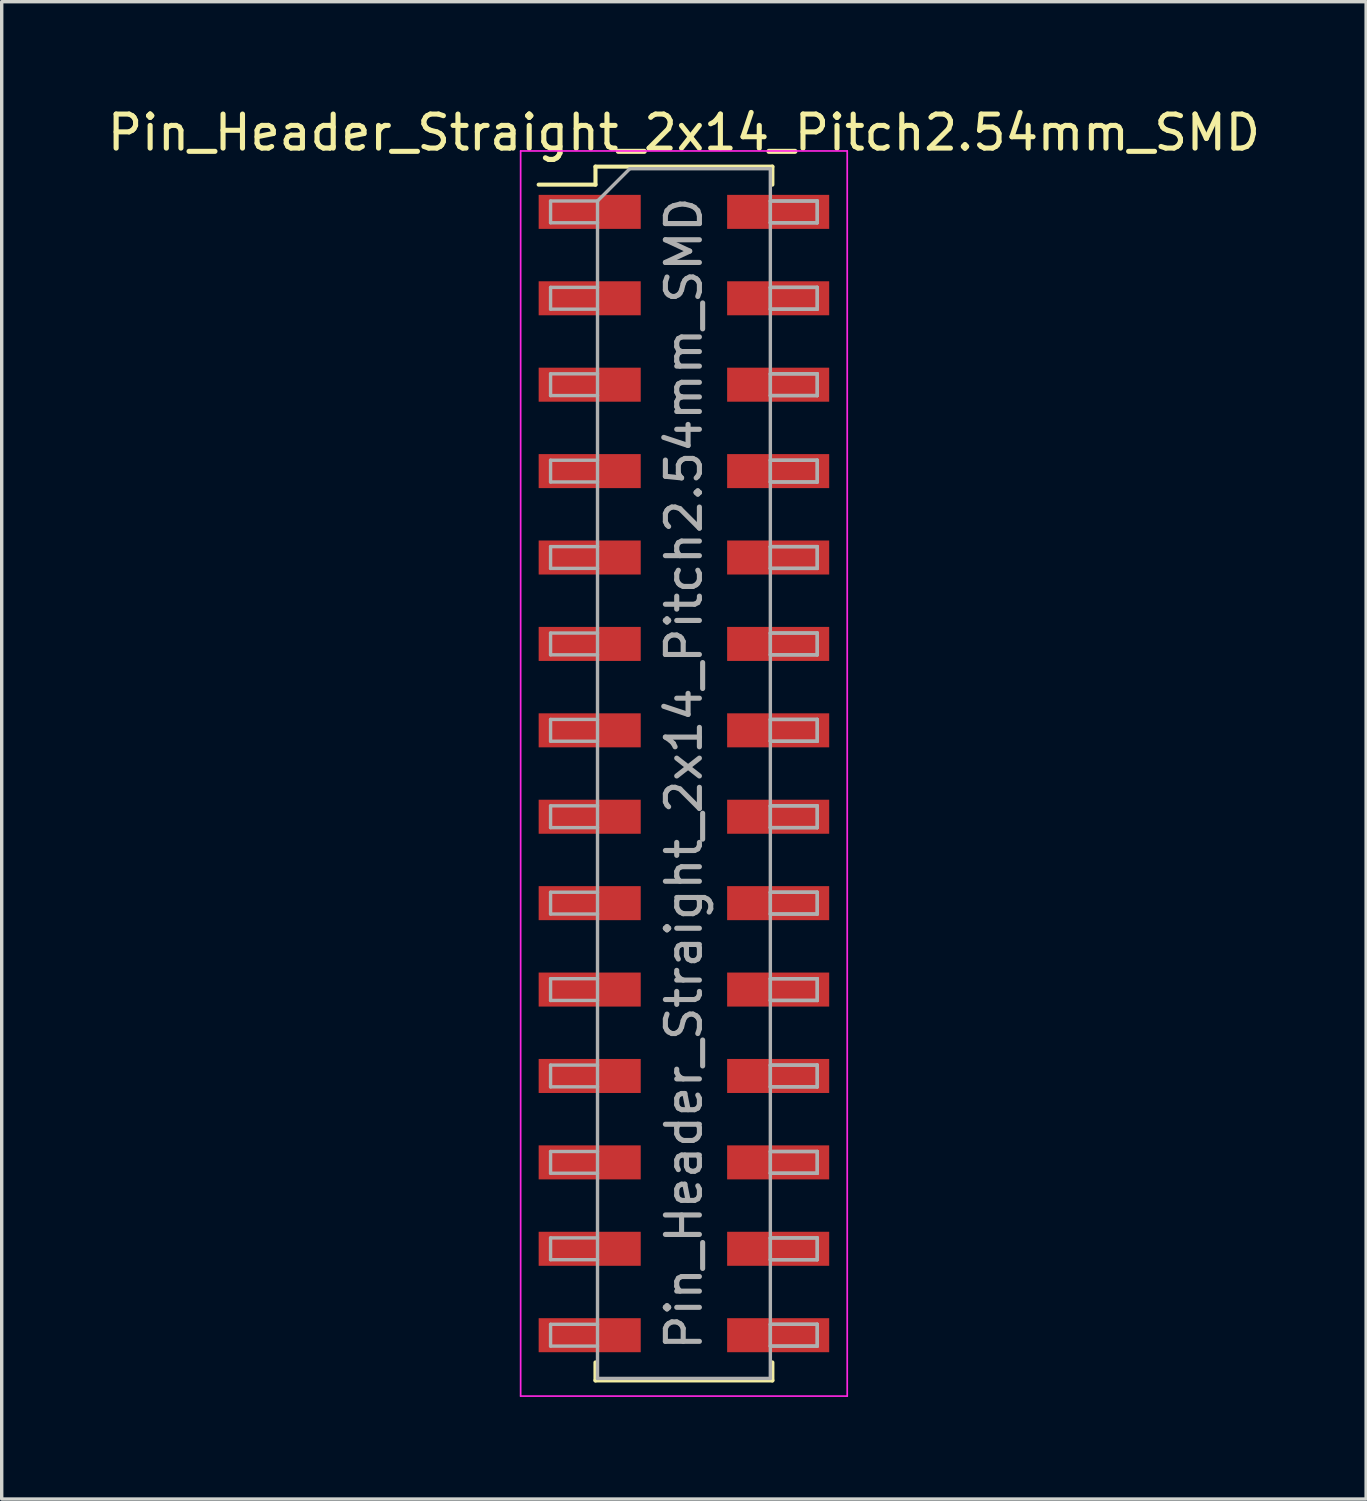
<source format=kicad_pcb>
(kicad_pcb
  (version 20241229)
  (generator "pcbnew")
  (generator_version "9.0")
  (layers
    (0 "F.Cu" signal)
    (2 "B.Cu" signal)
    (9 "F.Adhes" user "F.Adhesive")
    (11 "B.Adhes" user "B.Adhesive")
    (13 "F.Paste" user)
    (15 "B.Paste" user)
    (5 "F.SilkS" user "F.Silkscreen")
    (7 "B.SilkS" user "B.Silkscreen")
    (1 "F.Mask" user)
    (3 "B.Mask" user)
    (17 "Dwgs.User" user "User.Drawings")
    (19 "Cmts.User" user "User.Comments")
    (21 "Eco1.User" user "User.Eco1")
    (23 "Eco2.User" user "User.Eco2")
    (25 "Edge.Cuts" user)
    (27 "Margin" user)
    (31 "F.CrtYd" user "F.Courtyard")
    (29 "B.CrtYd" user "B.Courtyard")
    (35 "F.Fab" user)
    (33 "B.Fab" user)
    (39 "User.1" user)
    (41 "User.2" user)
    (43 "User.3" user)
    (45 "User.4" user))
  (footprint "Pin_Header_Straight_2x14_Pitch2.54mm_SMD"
    (layer "F.Cu")
    (at 17.054 19.688)
    (property "Reference" "Pin_Header_Straight_2x14_Pitch2.54mm_SMD" (at 0 -18.84 0) (layer "F.SilkS") (effects (font (size 1 1) (thickness 0.15))))
    (attr smd)
    (fp_line (start -4.27 -17.31) (end -2.6 -17.31) (stroke (width 0.12) (type solid)) (layer "F.SilkS"))
    (fp_line (start -2.6 -17.84) (end 2.6 -17.84) (stroke (width 0.12) (type solid)) (layer "F.SilkS"))
    (fp_line (start -2.6 -17.31) (end -2.6 -17.84) (stroke (width 0.12) (type solid)) (layer "F.SilkS"))
    (fp_line (start -2.6 17.31) (end -2.6 17.84) (stroke (width 0.12) (type solid)) (layer "F.SilkS"))
    (fp_line (start -2.6 17.84) (end 2.6 17.84) (stroke (width 0.12) (type solid)) (layer "F.SilkS"))
    (fp_line (start 2.6 -17.84) (end 2.6 -17.31) (stroke (width 0.12) (type solid)) (layer "F.SilkS"))
    (fp_line (start 2.6 17.84) (end 2.6 17.31) (stroke (width 0.12) (type solid)) (layer "F.SilkS"))
    (fp_line (start -4.8 -18.3) (end -4.8 18.3) (stroke (width 0.05) (type solid)) (layer "F.CrtYd"))
    (fp_line (start -4.8 18.3) (end 4.8 18.3) (stroke (width 0.05) (type solid)) (layer "F.CrtYd"))
    (fp_line (start 4.8 -18.3) (end -4.8 -18.3) (stroke (width 0.05) (type solid)) (layer "F.CrtYd"))
    (fp_line (start 4.8 18.3) (end 4.8 -18.3) (stroke (width 0.05) (type solid)) (layer "F.CrtYd"))
    (fp_line (start -3.92 -16.83) (end -3.92 -16.19) (stroke (width 0.1) (type solid)) (layer "F.Fab"))
    (fp_line (start -3.92 -16.19) (end -2.54 -16.19) (stroke (width 0.1) (type solid)) (layer "F.Fab"))
    (fp_line (start -3.92 -14.29) (end -3.92 -13.65) (stroke (width 0.1) (type solid)) (layer "F.Fab"))
    (fp_line (start -3.92 -13.65) (end -2.54 -13.65) (stroke (width 0.1) (type solid)) (layer "F.Fab"))
    (fp_line (start -3.92 -11.75) (end -3.92 -11.11) (stroke (width 0.1) (type solid)) (layer "F.Fab"))
    (fp_line (start -3.92 -11.11) (end -2.54 -11.11) (stroke (width 0.1) (type solid)) (layer "F.Fab"))
    (fp_line (start -3.92 -9.21) (end -3.92 -8.57) (stroke (width 0.1) (type solid)) (layer "F.Fab"))
    (fp_line (start -3.92 -8.57) (end -2.54 -8.57) (stroke (width 0.1) (type solid)) (layer "F.Fab"))
    (fp_line (start -3.92 -6.67) (end -3.92 -6.03) (stroke (width 0.1) (type solid)) (layer "F.Fab"))
    (fp_line (start -3.92 -6.03) (end -2.54 -6.03) (stroke (width 0.1) (type solid)) (layer "F.Fab"))
    (fp_line (start -3.92 -4.13) (end -3.92 -3.49) (stroke (width 0.1) (type solid)) (layer "F.Fab"))
    (fp_line (start -3.92 -3.49) (end -2.54 -3.49) (stroke (width 0.1) (type solid)) (layer "F.Fab"))
    (fp_line (start -3.92 -1.59) (end -3.92 -0.95) (stroke (width 0.1) (type solid)) (layer "F.Fab"))
    (fp_line (start -3.92 -0.95) (end -2.54 -0.95) (stroke (width 0.1) (type solid)) (layer "F.Fab"))
    (fp_line (start -3.92 0.95) (end -3.92 1.59) (stroke (width 0.1) (type solid)) (layer "F.Fab"))
    (fp_line (start -3.92 1.59) (end -2.54 1.59) (stroke (width 0.1) (type solid)) (layer "F.Fab"))
    (fp_line (start -3.92 3.49) (end -3.92 4.13) (stroke (width 0.1) (type solid)) (layer "F.Fab"))
    (fp_line (start -3.92 4.13) (end -2.54 4.13) (stroke (width 0.1) (type solid)) (layer "F.Fab"))
    (fp_line (start -3.92 6.03) (end -3.92 6.67) (stroke (width 0.1) (type solid)) (layer "F.Fab"))
    (fp_line (start -3.92 6.67) (end -2.54 6.67) (stroke (width 0.1) (type solid)) (layer "F.Fab"))
    (fp_line (start -3.92 8.57) (end -3.92 9.21) (stroke (width 0.1) (type solid)) (layer "F.Fab"))
    (fp_line (start -3.92 9.21) (end -2.54 9.21) (stroke (width 0.1) (type solid)) (layer "F.Fab"))
    (fp_line (start -3.92 11.11) (end -3.92 11.75) (stroke (width 0.1) (type solid)) (layer "F.Fab"))
    (fp_line (start -3.92 11.75) (end -2.54 11.75) (stroke (width 0.1) (type solid)) (layer "F.Fab"))
    (fp_line (start -3.92 13.65) (end -3.92 14.29) (stroke (width 0.1) (type solid)) (layer "F.Fab"))
    (fp_line (start -3.92 14.29) (end -2.54 14.29) (stroke (width 0.1) (type solid)) (layer "F.Fab"))
    (fp_line (start -3.92 16.19) (end -3.92 16.83) (stroke (width 0.1) (type solid)) (layer "F.Fab"))
    (fp_line (start -3.92 16.83) (end -2.54 16.83) (stroke (width 0.1) (type solid)) (layer "F.Fab"))
    (fp_line (start -2.54 -16.83) (end -3.92 -16.83) (stroke (width 0.1) (type solid)) (layer "F.Fab"))
    (fp_line (start -2.54 -16.83) (end -1.59 -17.78) (stroke (width 0.1) (type solid)) (layer "F.Fab"))
    (fp_line (start -2.54 -14.29) (end -3.92 -14.29) (stroke (width 0.1) (type solid)) (layer "F.Fab"))
    (fp_line (start -2.54 -11.75) (end -3.92 -11.75) (stroke (width 0.1) (type solid)) (layer "F.Fab"))
    (fp_line (start -2.54 -9.21) (end -3.92 -9.21) (stroke (width 0.1) (type solid)) (layer "F.Fab"))
    (fp_line (start -2.54 -6.67) (end -3.92 -6.67) (stroke (width 0.1) (type solid)) (layer "F.Fab"))
    (fp_line (start -2.54 -4.13) (end -3.92 -4.13) (stroke (width 0.1) (type solid)) (layer "F.Fab"))
    (fp_line (start -2.54 -1.59) (end -3.92 -1.59) (stroke (width 0.1) (type solid)) (layer "F.Fab"))
    (fp_line (start -2.54 0.95) (end -3.92 0.95) (stroke (width 0.1) (type solid)) (layer "F.Fab"))
    (fp_line (start -2.54 3.49) (end -3.92 3.49) (stroke (width 0.1) (type solid)) (layer "F.Fab"))
    (fp_line (start -2.54 6.03) (end -3.92 6.03) (stroke (width 0.1) (type solid)) (layer "F.Fab"))
    (fp_line (start -2.54 8.57) (end -3.92 8.57) (stroke (width 0.1) (type solid)) (layer "F.Fab"))
    (fp_line (start -2.54 11.11) (end -3.92 11.11) (stroke (width 0.1) (type solid)) (layer "F.Fab"))
    (fp_line (start -2.54 13.65) (end -3.92 13.65) (stroke (width 0.1) (type solid)) (layer "F.Fab"))
    (fp_line (start -2.54 16.19) (end -3.92 16.19) (stroke (width 0.1) (type solid)) (layer "F.Fab"))
    (fp_line (start -2.54 17.78) (end -2.54 -16.83) (stroke (width 0.1) (type solid)) (layer "F.Fab"))
    (fp_line (start -1.59 -17.78) (end 2.54 -17.78) (stroke (width 0.1) (type solid)) (layer "F.Fab"))
    (fp_line (start 2.54 -17.78) (end 2.54 17.78) (stroke (width 0.1) (type solid)) (layer "F.Fab"))
    (fp_line (start 2.54 -16.83) (end 2.54 -16.19) (stroke (width 0.1) (type solid)) (layer "F.Fab"))
    (fp_line (start 2.54 -16.83) (end 3.92 -16.83) (stroke (width 0.1) (type solid)) (layer "F.Fab"))
    (fp_line (start 2.54 -16.19) (end 3.92 -16.19) (stroke (width 0.1) (type solid)) (layer "F.Fab"))
    (fp_line (start 2.54 -14.29) (end 2.54 -13.65) (stroke (width 0.1) (type solid)) (layer "F.Fab"))
    (fp_line (start 2.54 -14.29) (end 3.92 -14.29) (stroke (width 0.1) (type solid)) (layer "F.Fab"))
    (fp_line (start 2.54 -13.65) (end 3.92 -13.65) (stroke (width 0.1) (type solid)) (layer "F.Fab"))
    (fp_line (start 2.54 -11.75) (end 2.54 -11.11) (stroke (width 0.1) (type solid)) (layer "F.Fab"))
    (fp_line (start 2.54 -11.75) (end 3.92 -11.75) (stroke (width 0.1) (type solid)) (layer "F.Fab"))
    (fp_line (start 2.54 -11.11) (end 3.92 -11.11) (stroke (width 0.1) (type solid)) (layer "F.Fab"))
    (fp_line (start 2.54 -9.21) (end 2.54 -8.57) (stroke (width 0.1) (type solid)) (layer "F.Fab"))
    (fp_line (start 2.54 -9.21) (end 3.92 -9.21) (stroke (width 0.1) (type solid)) (layer "F.Fab"))
    (fp_line (start 2.54 -8.57) (end 3.92 -8.57) (stroke (width 0.1) (type solid)) (layer "F.Fab"))
    (fp_line (start 2.54 -6.67) (end 2.54 -6.03) (stroke (width 0.1) (type solid)) (layer "F.Fab"))
    (fp_line (start 2.54 -6.67) (end 3.92 -6.67) (stroke (width 0.1) (type solid)) (layer "F.Fab"))
    (fp_line (start 2.54 -6.03) (end 3.92 -6.03) (stroke (width 0.1) (type solid)) (layer "F.Fab"))
    (fp_line (start 2.54 -4.13) (end 2.54 -3.49) (stroke (width 0.1) (type solid)) (layer "F.Fab"))
    (fp_line (start 2.54 -4.13) (end 3.92 -4.13) (stroke (width 0.1) (type solid)) (layer "F.Fab"))
    (fp_line (start 2.54 -3.49) (end 3.92 -3.49) (stroke (width 0.1) (type solid)) (layer "F.Fab"))
    (fp_line (start 2.54 -1.59) (end 2.54 -0.95) (stroke (width 0.1) (type solid)) (layer "F.Fab"))
    (fp_line (start 2.54 -1.59) (end 3.92 -1.59) (stroke (width 0.1) (type solid)) (layer "F.Fab"))
    (fp_line (start 2.54 -0.95) (end 3.92 -0.95) (stroke (width 0.1) (type solid)) (layer "F.Fab"))
    (fp_line (start 2.54 0.95) (end 2.54 1.59) (stroke (width 0.1) (type solid)) (layer "F.Fab"))
    (fp_line (start 2.54 0.95) (end 3.92 0.95) (stroke (width 0.1) (type solid)) (layer "F.Fab"))
    (fp_line (start 2.54 1.59) (end 3.92 1.59) (stroke (width 0.1) (type solid)) (layer "F.Fab"))
    (fp_line (start 2.54 3.49) (end 2.54 4.13) (stroke (width 0.1) (type solid)) (layer "F.Fab"))
    (fp_line (start 2.54 3.49) (end 3.92 3.49) (stroke (width 0.1) (type solid)) (layer "F.Fab"))
    (fp_line (start 2.54 4.13) (end 3.92 4.13) (stroke (width 0.1) (type solid)) (layer "F.Fab"))
    (fp_line (start 2.54 6.03) (end 2.54 6.67) (stroke (width 0.1) (type solid)) (layer "F.Fab"))
    (fp_line (start 2.54 6.03) (end 3.92 6.03) (stroke (width 0.1) (type solid)) (layer "F.Fab"))
    (fp_line (start 2.54 6.67) (end 3.92 6.67) (stroke (width 0.1) (type solid)) (layer "F.Fab"))
    (fp_line (start 2.54 8.57) (end 2.54 9.21) (stroke (width 0.1) (type solid)) (layer "F.Fab"))
    (fp_line (start 2.54 8.57) (end 3.92 8.57) (stroke (width 0.1) (type solid)) (layer "F.Fab"))
    (fp_line (start 2.54 9.21) (end 3.92 9.21) (stroke (width 0.1) (type solid)) (layer "F.Fab"))
    (fp_line (start 2.54 11.11) (end 2.54 11.75) (stroke (width 0.1) (type solid)) (layer "F.Fab"))
    (fp_line (start 2.54 11.11) (end 3.92 11.11) (stroke (width 0.1) (type solid)) (layer "F.Fab"))
    (fp_line (start 2.54 11.75) (end 3.92 11.75) (stroke (width 0.1) (type solid)) (layer "F.Fab"))
    (fp_line (start 2.54 13.65) (end 2.54 14.29) (stroke (width 0.1) (type solid)) (layer "F.Fab"))
    (fp_line (start 2.54 13.65) (end 3.92 13.65) (stroke (width 0.1) (type solid)) (layer "F.Fab"))
    (fp_line (start 2.54 14.29) (end 3.92 14.29) (stroke (width 0.1) (type solid)) (layer "F.Fab"))
    (fp_line (start 2.54 16.19) (end 2.54 16.83) (stroke (width 0.1) (type solid)) (layer "F.Fab"))
    (fp_line (start 2.54 16.19) (end 3.92 16.19) (stroke (width 0.1) (type solid)) (layer "F.Fab"))
    (fp_line (start 2.54 16.83) (end 3.92 16.83) (stroke (width 0.1) (type solid)) (layer "F.Fab"))
    (fp_line (start 2.54 17.78) (end -2.54 17.78) (stroke (width 0.1) (type solid)) (layer "F.Fab"))
    (fp_line (start 3.92 -16.83) (end 2.54 -16.83) (stroke (width 0.1) (type solid)) (layer "F.Fab"))
    (fp_line (start 3.92 -16.83) (end 3.92 -16.19) (stroke (width 0.1) (type solid)) (layer "F.Fab"))
    (fp_line (start 3.92 -16.19) (end 2.54 -16.19) (stroke (width 0.1) (type solid)) (layer "F.Fab"))
    (fp_line (start 3.92 -16.19) (end 3.92 -16.83) (stroke (width 0.1) (type solid)) (layer "F.Fab"))
    (fp_line (start 3.92 -14.29) (end 2.54 -14.29) (stroke (width 0.1) (type solid)) (layer "F.Fab"))
    (fp_line (start 3.92 -14.29) (end 3.92 -13.65) (stroke (width 0.1) (type solid)) (layer "F.Fab"))
    (fp_line (start 3.92 -13.65) (end 2.54 -13.65) (stroke (width 0.1) (type solid)) (layer "F.Fab"))
    (fp_line (start 3.92 -13.65) (end 3.92 -14.29) (stroke (width 0.1) (type solid)) (layer "F.Fab"))
    (fp_line (start 3.92 -11.75) (end 2.54 -11.75) (stroke (width 0.1) (type solid)) (layer "F.Fab"))
    (fp_line (start 3.92 -11.75) (end 3.92 -11.11) (stroke (width 0.1) (type solid)) (layer "F.Fab"))
    (fp_line (start 3.92 -11.11) (end 2.54 -11.11) (stroke (width 0.1) (type solid)) (layer "F.Fab"))
    (fp_line (start 3.92 -11.11) (end 3.92 -11.75) (stroke (width 0.1) (type solid)) (layer "F.Fab"))
    (fp_line (start 3.92 -9.21) (end 2.54 -9.21) (stroke (width 0.1) (type solid)) (layer "F.Fab"))
    (fp_line (start 3.92 -9.21) (end 3.92 -8.57) (stroke (width 0.1) (type solid)) (layer "F.Fab"))
    (fp_line (start 3.92 -8.57) (end 2.54 -8.57) (stroke (width 0.1) (type solid)) (layer "F.Fab"))
    (fp_line (start 3.92 -8.57) (end 3.92 -9.21) (stroke (width 0.1) (type solid)) (layer "F.Fab"))
    (fp_line (start 3.92 -6.67) (end 2.54 -6.67) (stroke (width 0.1) (type solid)) (layer "F.Fab"))
    (fp_line (start 3.92 -6.67) (end 3.92 -6.03) (stroke (width 0.1) (type solid)) (layer "F.Fab"))
    (fp_line (start 3.92 -6.03) (end 2.54 -6.03) (stroke (width 0.1) (type solid)) (layer "F.Fab"))
    (fp_line (start 3.92 -6.03) (end 3.92 -6.67) (stroke (width 0.1) (type solid)) (layer "F.Fab"))
    (fp_line (start 3.92 -4.13) (end 2.54 -4.13) (stroke (width 0.1) (type solid)) (layer "F.Fab"))
    (fp_line (start 3.92 -4.13) (end 3.92 -3.49) (stroke (width 0.1) (type solid)) (layer "F.Fab"))
    (fp_line (start 3.92 -3.49) (end 2.54 -3.49) (stroke (width 0.1) (type solid)) (layer "F.Fab"))
    (fp_line (start 3.92 -3.49) (end 3.92 -4.13) (stroke (width 0.1) (type solid)) (layer "F.Fab"))
    (fp_line (start 3.92 -1.59) (end 2.54 -1.59) (stroke (width 0.1) (type solid)) (layer "F.Fab"))
    (fp_line (start 3.92 -1.59) (end 3.92 -0.95) (stroke (width 0.1) (type solid)) (layer "F.Fab"))
    (fp_line (start 3.92 -0.95) (end 2.54 -0.95) (stroke (width 0.1) (type solid)) (layer "F.Fab"))
    (fp_line (start 3.92 -0.95) (end 3.92 -1.59) (stroke (width 0.1) (type solid)) (layer "F.Fab"))
    (fp_line (start 3.92 0.95) (end 2.54 0.95) (stroke (width 0.1) (type solid)) (layer "F.Fab"))
    (fp_line (start 3.92 0.95) (end 3.92 1.59) (stroke (width 0.1) (type solid)) (layer "F.Fab"))
    (fp_line (start 3.92 1.59) (end 2.54 1.59) (stroke (width 0.1) (type solid)) (layer "F.Fab"))
    (fp_line (start 3.92 1.59) (end 3.92 0.95) (stroke (width 0.1) (type solid)) (layer "F.Fab"))
    (fp_line (start 3.92 3.49) (end 2.54 3.49) (stroke (width 0.1) (type solid)) (layer "F.Fab"))
    (fp_line (start 3.92 3.49) (end 3.92 4.13) (stroke (width 0.1) (type solid)) (layer "F.Fab"))
    (fp_line (start 3.92 4.13) (end 2.54 4.13) (stroke (width 0.1) (type solid)) (layer "F.Fab"))
    (fp_line (start 3.92 4.13) (end 3.92 3.49) (stroke (width 0.1) (type solid)) (layer "F.Fab"))
    (fp_line (start 3.92 6.03) (end 2.54 6.03) (stroke (width 0.1) (type solid)) (layer "F.Fab"))
    (fp_line (start 3.92 6.03) (end 3.92 6.67) (stroke (width 0.1) (type solid)) (layer "F.Fab"))
    (fp_line (start 3.92 6.67) (end 2.54 6.67) (stroke (width 0.1) (type solid)) (layer "F.Fab"))
    (fp_line (start 3.92 6.67) (end 3.92 6.03) (stroke (width 0.1) (type solid)) (layer "F.Fab"))
    (fp_line (start 3.92 8.57) (end 2.54 8.57) (stroke (width 0.1) (type solid)) (layer "F.Fab"))
    (fp_line (start 3.92 8.57) (end 3.92 9.21) (stroke (width 0.1) (type solid)) (layer "F.Fab"))
    (fp_line (start 3.92 9.21) (end 2.54 9.21) (stroke (width 0.1) (type solid)) (layer "F.Fab"))
    (fp_line (start 3.92 9.21) (end 3.92 8.57) (stroke (width 0.1) (type solid)) (layer "F.Fab"))
    (fp_line (start 3.92 11.11) (end 2.54 11.11) (stroke (width 0.1) (type solid)) (layer "F.Fab"))
    (fp_line (start 3.92 11.11) (end 3.92 11.75) (stroke (width 0.1) (type solid)) (layer "F.Fab"))
    (fp_line (start 3.92 11.75) (end 2.54 11.75) (stroke (width 0.1) (type solid)) (layer "F.Fab"))
    (fp_line (start 3.92 11.75) (end 3.92 11.11) (stroke (width 0.1) (type solid)) (layer "F.Fab"))
    (fp_line (start 3.92 13.65) (end 2.54 13.65) (stroke (width 0.1) (type solid)) (layer "F.Fab"))
    (fp_line (start 3.92 13.65) (end 3.92 14.29) (stroke (width 0.1) (type solid)) (layer "F.Fab"))
    (fp_line (start 3.92 14.29) (end 2.54 14.29) (stroke (width 0.1) (type solid)) (layer "F.Fab"))
    (fp_line (start 3.92 14.29) (end 3.92 13.65) (stroke (width 0.1) (type solid)) (layer "F.Fab"))
    (fp_line (start 3.92 16.19) (end 2.54 16.19) (stroke (width 0.1) (type solid)) (layer "F.Fab"))
    (fp_line (start 3.92 16.19) (end 3.92 16.83) (stroke (width 0.1) (type solid)) (layer "F.Fab"))
    (fp_line (start 3.92 16.83) (end 2.54 16.83) (stroke (width 0.1) (type solid)) (layer "F.Fab"))
    (fp_line (start 3.92 16.83) (end 3.92 16.19) (stroke (width 0.1) (type solid)) (layer "F.Fab"))
    (fp_text user "${REFERENCE}" (at 0 0 90) (layer "F.Fab") (effects (font (size 1 1) (thickness 0.15))))
    (pad "1" smd rect (at -2.77 -16.51) (size 3 1) (layers "F.Cu" "F.Mask"))
    (pad "2" smd rect (at 2.77 -16.51) (size 3 1) (layers "F.Cu" "F.Mask"))
    (pad "3" smd rect (at -2.77 -13.97) (size 3 1) (layers "F.Cu" "F.Mask"))
    (pad "4" smd rect (at 2.77 -13.97) (size 3 1) (layers "F.Cu" "F.Mask"))
    (pad "5" smd rect (at -2.77 -11.43) (size 3 1) (layers "F.Cu" "F.Mask"))
    (pad "6" smd rect (at 2.77 -11.43) (size 3 1) (layers "F.Cu" "F.Mask"))
    (pad "7" smd rect (at -2.77 -8.89) (size 3 1) (layers "F.Cu" "F.Mask"))
    (pad "8" smd rect (at 2.77 -8.89) (size 3 1) (layers "F.Cu" "F.Mask"))
    (pad "9" smd rect (at -2.77 -6.35) (size 3 1) (layers "F.Cu" "F.Mask"))
    (pad "10" smd rect (at 2.77 -6.35) (size 3 1) (layers "F.Cu" "F.Mask"))
    (pad "11" smd rect (at -2.77 -3.81) (size 3 1) (layers "F.Cu" "F.Mask"))
    (pad "12" smd rect (at 2.77 -3.81) (size 3 1) (layers "F.Cu" "F.Mask"))
    (pad "13" smd rect (at -2.77 -1.27) (size 3 1) (layers "F.Cu" "F.Mask"))
    (pad "14" smd rect (at 2.77 -1.27) (size 3 1) (layers "F.Cu" "F.Mask"))
    (pad "15" smd rect (at -2.77 1.27) (size 3 1) (layers "F.Cu" "F.Mask"))
    (pad "16" smd rect (at 2.77 1.27) (size 3 1) (layers "F.Cu" "F.Mask"))
    (pad "17" smd rect (at -2.77 3.81) (size 3 1) (layers "F.Cu" "F.Mask"))
    (pad "18" smd rect (at 2.77 3.81) (size 3 1) (layers "F.Cu" "F.Mask"))
    (pad "19" smd rect (at -2.77 6.35) (size 3 1) (layers "F.Cu" "F.Mask"))
    (pad "20" smd rect (at 2.77 6.35) (size 3 1) (layers "F.Cu" "F.Mask"))
    (pad "21" smd rect (at -2.77 8.89) (size 3 1) (layers "F.Cu" "F.Mask"))
    (pad "22" smd rect (at 2.77 8.89) (size 3 1) (layers "F.Cu" "F.Mask"))
    (pad "23" smd rect (at -2.77 11.43) (size 3 1) (layers "F.Cu" "F.Mask"))
    (pad "24" smd rect (at 2.77 11.43) (size 3 1) (layers "F.Cu" "F.Mask"))
    (pad "25" smd rect (at -2.77 13.97) (size 3 1) (layers "F.Cu" "F.Mask"))
    (pad "26" smd rect (at 2.77 13.97) (size 3 1) (layers "F.Cu" "F.Mask"))
    (pad "27" smd rect (at -2.77 16.51) (size 3 1) (layers "F.Cu" "F.Mask"))
    (pad "28" smd rect (at 2.77 16.51) (size 3 1) (layers "F.Cu" "F.Mask")))
  (gr_rect
    (start -3 -3)
    (end 37.107 41.013)
    (stroke (width 0.1) (type default))
    (fill no)
    (layer "Edge.Cuts")))
</source>
